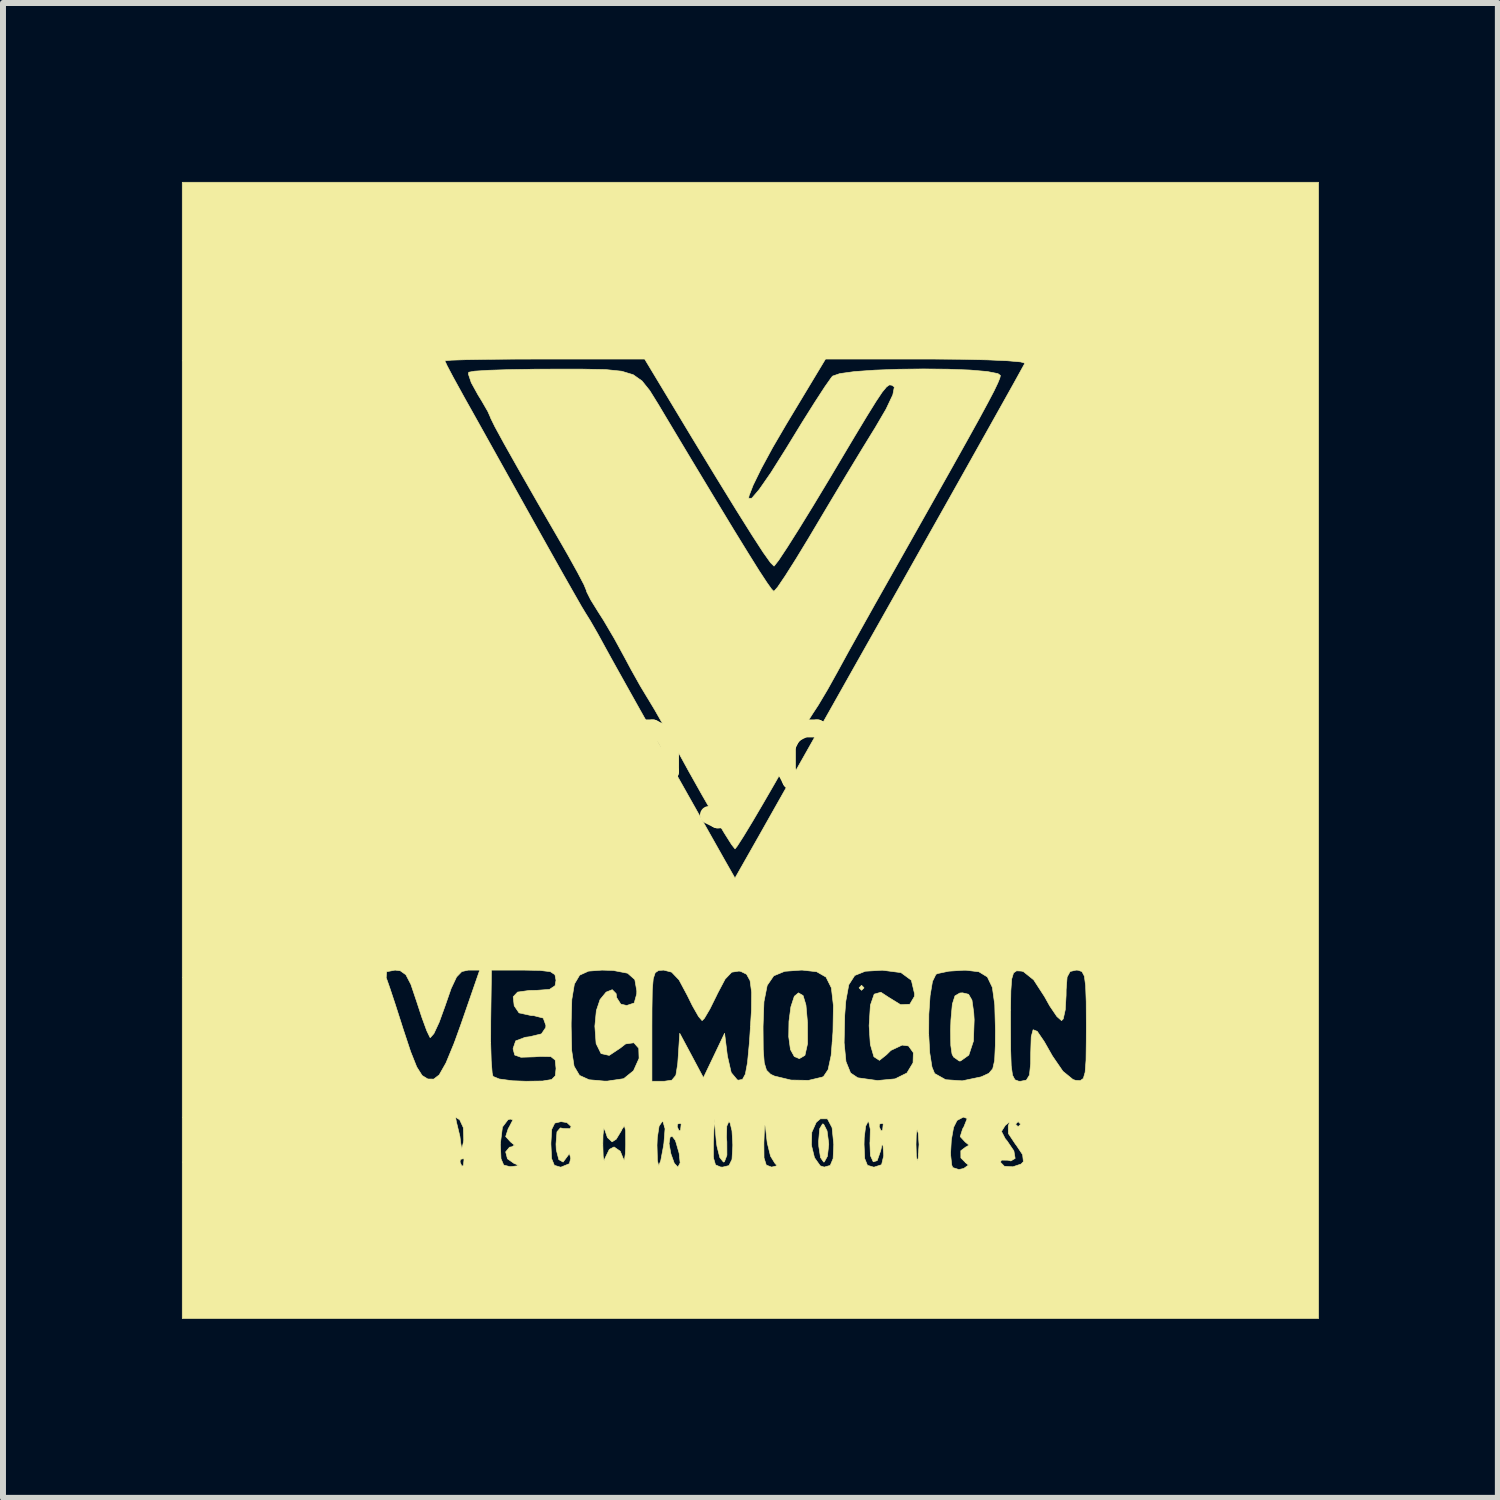
<source format=kicad_pcb>
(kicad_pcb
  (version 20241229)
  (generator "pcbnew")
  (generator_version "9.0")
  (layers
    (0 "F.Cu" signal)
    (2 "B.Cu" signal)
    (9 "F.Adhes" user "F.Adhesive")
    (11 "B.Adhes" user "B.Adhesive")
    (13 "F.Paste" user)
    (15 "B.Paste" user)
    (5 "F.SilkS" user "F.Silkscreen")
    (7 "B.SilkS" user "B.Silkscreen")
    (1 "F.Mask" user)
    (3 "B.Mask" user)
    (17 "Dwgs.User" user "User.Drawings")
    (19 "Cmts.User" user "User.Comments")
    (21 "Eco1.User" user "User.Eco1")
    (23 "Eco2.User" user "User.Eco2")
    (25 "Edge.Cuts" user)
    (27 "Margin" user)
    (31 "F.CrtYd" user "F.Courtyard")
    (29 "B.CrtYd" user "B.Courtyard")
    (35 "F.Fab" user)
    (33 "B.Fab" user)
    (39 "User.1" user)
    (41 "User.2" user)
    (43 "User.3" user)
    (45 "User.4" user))
  (footprint "logo1"
    (layer "F.Cu")
    (at 9.488 9.488)
    (property "Reference" "logo1" (at 0 0 0) (layer "F.SilkS") (effects (font (size 1.524 1.524) (thickness 0.3))))
    (attr through_hole)
    (fp_poly (pts (xy 1.947 4.022) (xy 1.905 4.064) (xy 1.863 4.022) (xy 1.905 3.979) (xy 1.947 4.022)) (stroke (width 0.01) (type solid)) (fill yes) (layer "F.SilkS"))
    (fp_poly (pts (xy 1.27 6.308) (xy 1.327 6.42) (xy 1.354 6.625) (xy 1.355 6.651) (xy 1.333 6.845) (xy 1.28 6.941) (xy 1.27 6.943) (xy 1.217 6.867) (xy 1.188 6.679) (xy 1.185 6.599) (xy 1.203 6.384) (xy 1.251 6.303) (xy 1.27 6.308)) (stroke (width 0.01) (type solid)) (fill yes) (layer "F.SilkS"))
    (fp_poly (pts (xy 0.925 4.152) (xy 0.973 4.31) (xy 0.999 4.606) (xy 1 4.957) (xy 0.956 5.154) (xy 0.862 5.209) (xy 0.778 5.174) (xy 0.713 5.056) (xy 0.684 4.842) (xy 0.688 4.585) (xy 0.72 4.341) (xy 0.778 4.164) (xy 0.847 4.106) (xy 0.925 4.152)) (stroke (width 0.01) (type solid)) (fill yes) (layer "F.SilkS"))
    (fp_poly (pts (xy 3.699 4.13) (xy 3.756 4.228) (xy 3.786 4.441) (xy 3.793 4.558) (xy 3.781 4.914) (xy 3.703 5.15) (xy 3.565 5.248) (xy 3.543 5.249) (xy 3.448 5.182) (xy 3.422 5.133) (xy 3.401 4.987) (xy 3.397 4.739) (xy 3.403 4.562) (xy 3.427 4.295) (xy 3.471 4.157) (xy 3.552 4.109) (xy 3.598 4.106) (xy 3.699 4.13)) (stroke (width 0.01) (type solid)) (fill yes) (layer "F.SilkS"))
    (fp_poly (pts (xy 9.567 9.567) (xy -9.483 9.567) (xy -9.483 6.943) (xy -4.826 6.943) (xy -4.795 7.012) (xy -4.77 6.999) (xy -4.759 6.899) (xy -4.77 6.886) (xy -4.82 6.898) (xy -4.826 6.943) (xy -9.483 6.943) (xy -9.483 6.191) (xy -4.901 6.191) (xy -4.884 6.285) (xy -4.881 6.293) (xy -4.828 6.512) (xy -4.813 6.632) (xy -4.798 6.717) (xy -4.78 6.655) (xy -4.149 6.655) (xy -4.139 6.887) (xy -4.094 6.993) (xy -3.992 7.019) (xy -3.958 7.018) (xy -3.844 7.003) (xy -3.892 6.976) (xy -3.916 6.969) (xy -4.031 6.888) (xy -4.061 6.772) (xy -3.996 6.693) (xy -3.958 6.687) (xy -3.914 6.658) (xy -3.929 6.646) (xy -3.302 6.646) (xy -3.291 6.884) (xy -3.245 6.997) (xy -3.145 7.027) (xy -3.133 7.027) (xy -2.993 6.97) (xy -2.97 6.879) (xy -2.992 6.799) (xy -3.019 6.837) (xy -3.098 6.943) (xy -3.17 6.902) (xy -3.213 6.735) (xy -3.217 6.646) (xy -2.432 6.646) (xy -2.426 6.847) (xy -2.411 6.92) (xy -2.396 6.879) (xy -2.323 6.73) (xy -2.244 6.689) (xy -2.14 6.761) (xy -2.092 6.879) (xy -2.071 6.914) (xy -2.055 6.803) (xy -2.049 6.66) (xy -1.524 6.66) (xy -1.517 6.917) (xy -1.496 7.004) (xy -1.462 6.923) (xy -1.415 6.674) (xy -1.409 6.633) (xy -1.322 6.633) (xy -1.291 6.805) (xy -1.234 6.963) (xy -1.174 7.027) (xy -1.136 6.957) (xy -1.153 6.795) (xy -1.202 6.625) (xy -0.578 6.625) (xy -0.578 6.87) (xy -0.543 6.99) (xy -0.457 7.026) (xy -0.423 7.027) (xy -0.318 7.002) (xy -0.267 6.899) (xy -0.254 6.674) (xy -0.254 6.646) (xy -0.255 6.625) (xy 0.268 6.625) (xy 0.27 6.873) (xy 0.308 6.993) (xy 0.394 7.026) (xy 0.402 7.026) (xy 0.49 7.004) (xy 0.451 6.961) (xy 0.379 6.843) (xy 0.334 6.661) (xy 1.065 6.661) (xy 1.116 6.869) (xy 1.213 7.006) (xy 1.279 7.027) (xy 1.38 6.999) (xy 1.428 6.885) (xy 1.439 6.651) (xy 1.439 6.646) (xy 1.947 6.646) (xy 1.958 6.884) (xy 2.004 6.997) (xy 2.105 7.027) (xy 2.117 7.027) (xy 2.241 6.987) (xy 2.276 6.838) (xy 2.274 6.795) (xy 2.263 6.649) (xy 2.245 6.665) (xy 2.226 6.752) (xy 2.167 6.919) (xy 2.101 6.939) (xy 2.053 6.833) (xy 2.046 6.646) (xy 2.818 6.646) (xy 2.824 6.847) (xy 2.839 6.921) (xy 2.854 6.88) (xy 2.858 6.808) (xy 3.397 6.808) (xy 3.417 6.994) (xy 3.434 7.035) (xy 3.537 7.068) (xy 3.618 7.05) (xy 3.697 6.993) (xy 3.658 6.962) (xy 3.641 6.945) (xy 4.233 6.945) (xy 4.299 7.013) (xy 4.441 7.022) (xy 4.579 6.976) (xy 4.618 6.936) (xy 4.605 6.819) (xy 4.497 6.657) (xy 4.487 6.646) (xy 4.366 6.464) (xy 4.364 6.335) (xy 4.375 6.308) (xy 4.487 6.308) (xy 4.53 6.35) (xy 4.572 6.308) (xy 4.53 6.265) (xy 4.487 6.308) (xy 4.375 6.308) (xy 4.392 6.267) (xy 4.319 6.324) (xy 4.315 6.327) (xy 4.251 6.429) (xy 4.313 6.55) (xy 4.345 6.588) (xy 4.459 6.756) (xy 4.48 6.882) (xy 4.408 6.924) (xy 4.36 6.912) (xy 4.251 6.91) (xy 4.233 6.945) (xy 3.641 6.945) (xy 3.57 6.873) (xy 3.569 6.753) (xy 3.655 6.688) (xy 3.662 6.687) (xy 3.706 6.658) (xy 3.641 6.605) (xy 3.559 6.516) (xy 3.6 6.386) (xy 3.62 6.353) (xy 3.676 6.213) (xy 3.612 6.189) (xy 3.506 6.245) (xy 3.448 6.361) (xy 3.41 6.573) (xy 3.397 6.808) (xy 2.858 6.808) (xy 2.869 6.648) (xy 2.855 6.457) (xy 2.835 6.398) (xy 2.822 6.49) (xy 2.818 6.646) (xy 2.046 6.646) (xy 2.045 6.62) (xy 2.047 6.604) (xy 2.052 6.393) (xy 2.043 6.35) (xy 2.201 6.35) (xy 2.232 6.42) (xy 2.258 6.406) (xy 2.268 6.306) (xy 2.258 6.294) (xy 2.207 6.305) (xy 2.201 6.35) (xy 2.043 6.35) (xy 2.027 6.274) (xy 2.013 6.265) (xy 1.974 6.341) (xy 1.95 6.533) (xy 1.947 6.646) (xy 1.439 6.646) (xy 1.411 6.366) (xy 1.333 6.218) (xy 1.215 6.218) (xy 1.146 6.276) (xy 1.071 6.443) (xy 1.065 6.661) (xy 0.334 6.661) (xy 0.325 6.627) (xy 0.317 6.561) (xy 0.296 6.366) (xy 0.284 6.321) (xy 0.275 6.433) (xy 0.268 6.625) (xy -0.255 6.625) (xy -0.267 6.419) (xy -0.3 6.283) (xy -0.32 6.265) (xy -0.354 6.34) (xy -0.359 6.526) (xy -0.353 6.604) (xy -0.352 6.828) (xy -0.394 6.938) (xy -0.41 6.943) (xy -0.471 6.867) (xy -0.519 6.677) (xy -0.531 6.583) (xy -0.563 6.223) (xy -0.578 6.625) (xy -1.202 6.625) (xy -1.216 6.58) (xy -1.27 6.509) (xy -1.305 6.526) (xy -1.322 6.633) (xy -1.409 6.633) (xy -1.408 6.625) (xy -1.389 6.384) (xy -1.399 6.35) (xy -1.185 6.35) (xy -1.154 6.42) (xy -1.129 6.406) (xy -1.119 6.306) (xy -1.129 6.294) (xy -1.179 6.305) (xy -1.185 6.35) (xy -1.399 6.35) (xy -1.422 6.27) (xy -1.438 6.265) (xy -1.489 6.341) (xy -1.519 6.534) (xy -1.524 6.66) (xy -2.049 6.66) (xy -2.049 6.646) (xy -2.051 6.413) (xy -2.07 6.334) (xy -2.11 6.391) (xy -2.119 6.413) (xy -2.208 6.56) (xy -2.277 6.604) (xy -2.355 6.532) (xy -2.396 6.413) (xy -2.416 6.379) (xy -2.429 6.489) (xy -2.432 6.646) (xy -3.217 6.646) (xy -3.217 6.637) (xy -3.201 6.436) (xy -3.144 6.37) (xy -3.09 6.381) (xy -2.981 6.382) (xy -2.963 6.347) (xy -3.034 6.281) (xy -3.133 6.265) (xy -3.238 6.29) (xy -3.289 6.394) (xy -3.302 6.619) (xy -3.302 6.646) (xy -3.929 6.646) (xy -3.979 6.605) (xy -4.061 6.515) (xy -4.018 6.382) (xy -4.002 6.356) (xy -3.94 6.236) (xy -3.985 6.222) (xy -4.023 6.235) (xy -4.115 6.356) (xy -4.149 6.629) (xy -4.149 6.655) (xy -4.78 6.655) (xy -4.775 6.637) (xy -4.764 6.573) (xy -4.771 6.365) (xy -4.832 6.234) (xy -4.901 6.191) (xy -9.483 6.191) (xy -9.483 3.852) (xy -6.064 3.852) (xy -6.056 3.873) (xy -6.004 4.021) (xy -5.918 4.28) (xy -5.814 4.604) (xy -5.784 4.699) (xy -5.654 5.092) (xy -5.552 5.348) (xy -5.461 5.492) (xy -5.366 5.55) (xy -5.267 5.552) (xy -5.175 5.481) (xy -5.061 5.28) (xy -4.922 4.943) (xy -4.312 4.943) (xy -4.303 5.248) (xy -4.287 5.45) (xy -4.273 5.507) (xy -4.168 5.55) (xy -3.946 5.58) (xy -3.72 5.588) (xy -3.441 5.584) (xy -3.29 5.559) (xy -3.229 5.497) (xy -3.217 5.379) (xy -3.217 5.369) (xy -3.231 5.233) (xy -3.303 5.175) (xy -3.48 5.172) (xy -3.577 5.179) (xy -3.804 5.186) (xy -3.909 5.149) (xy -3.936 5.049) (xy -3.936 5.038) (xy -3.893 4.911) (xy -3.734 4.851) (xy -3.662 4.842) (xy -3.461 4.794) (xy -3.389 4.687) (xy -3.388 4.669) (xy -2.963 4.669) (xy -2.954 5.073) (xy -2.914 5.336) (xy -2.823 5.49) (xy -2.662 5.563) (xy -2.411 5.585) (xy -2.354 5.585) (xy -2.083 5.545) (xy -1.918 5.412) (xy -1.825 5.205) (xy -1.83 5.036) (xy -1.912 4.943) (xy -2.05 4.962) (xy -2.143 5.034) (xy -2.325 5.155) (xy -2.462 5.124) (xy -2.545 4.956) (xy -2.566 4.662) (xy -2.565 4.657) (xy -1.609 4.657) (xy -1.609 5.588) (xy -1.402 5.588) (xy -1.275 5.57) (xy -1.208 5.489) (xy -1.177 5.298) (xy -1.169 5.186) (xy -1.143 4.784) (xy -0.944 5.156) (xy -0.746 5.528) (xy -0.568 5.156) (xy -0.391 4.784) (xy -0.344 5.164) (xy -0.28 5.443) (xy -0.178 5.565) (xy -0.159 5.57) (xy -0.091 5.557) (xy -0.043 5.469) (xy -0.007 5.276) (xy 0.024 4.95) (xy 0.031 4.851) (xy 0.04 4.708) (xy 0.254 4.708) (xy 0.257 5.059) (xy 0.274 5.279) (xy 0.312 5.403) (xy 0.381 5.471) (xy 0.445 5.501) (xy 0.722 5.568) (xy 1.017 5.573) (xy 1.248 5.518) (xy 1.269 5.506) (xy 1.344 5.394) (xy 1.395 5.157) (xy 1.412 4.943) (xy 1.613 4.943) (xy 1.644 5.259) (xy 1.721 5.449) (xy 1.842 5.53) (xy 2.172 5.576) (xy 2.467 5.548) (xy 2.665 5.45) (xy 2.768 5.279) (xy 2.773 5.109) (xy 2.692 4.996) (xy 2.586 4.982) (xy 2.397 5.071) (xy 2.324 5.143) (xy 2.205 5.238) (xy 2.112 5.177) (xy 2.052 4.971) (xy 2.041 4.8) (xy 3.031 4.8) (xy 3.048 5.111) (xy 3.086 5.351) (xy 3.13 5.458) (xy 3.315 5.562) (xy 3.593 5.581) (xy 3.907 5.515) (xy 3.931 5.505) (xy 4.039 5.455) (xy 4.104 5.379) (xy 4.136 5.239) (xy 4.147 4.995) (xy 4.149 4.738) (xy 4.147 4.651) (xy 4.403 4.651) (xy 4.405 5.06) (xy 4.414 5.329) (xy 4.436 5.487) (xy 4.476 5.563) (xy 4.539 5.587) (xy 4.572 5.588) (xy 4.668 5.569) (xy 4.72 5.484) (xy 4.739 5.294) (xy 4.741 5.105) (xy 4.749 4.843) (xy 4.781 4.724) (xy 4.85 4.751) (xy 4.97 4.927) (xy 5.105 5.165) (xy 5.281 5.421) (xy 5.45 5.559) (xy 5.494 5.573) (xy 5.572 5.577) (xy 5.623 5.541) (xy 5.653 5.437) (xy 5.668 5.237) (xy 5.672 4.912) (xy 5.673 4.663) (xy 5.671 4.253) (xy 5.661 3.984) (xy 5.64 3.826) (xy 5.6 3.75) (xy 5.537 3.727) (xy 5.503 3.725) (xy 5.402 3.748) (xy 5.351 3.842) (xy 5.335 4.051) (xy 5.334 4.149) (xy 5.32 4.39) (xy 5.286 4.543) (xy 5.258 4.572) (xy 5.18 4.503) (xy 5.06 4.326) (xy 4.973 4.17) (xy 4.79 3.888) (xy 4.618 3.75) (xy 4.583 3.741) (xy 4.504 3.737) (xy 4.453 3.772) (xy 4.422 3.874) (xy 4.408 4.072) (xy 4.403 4.395) (xy 4.403 4.651) (xy 4.147 4.651) (xy 4.138 4.306) (xy 4.098 4.015) (xy 4.014 3.84) (xy 3.872 3.753) (xy 3.658 3.727) (xy 3.617 3.727) (xy 3.367 3.743) (xy 3.183 3.782) (xy 3.152 3.796) (xy 3.094 3.915) (xy 3.054 4.153) (xy 3.033 4.464) (xy 3.031 4.8) (xy 2.041 4.8) (xy 2.032 4.657) (xy 2.053 4.313) (xy 2.117 4.128) (xy 2.229 4.096) (xy 2.362 4.183) (xy 2.559 4.304) (xy 2.714 4.297) (xy 2.791 4.167) (xy 2.794 4.123) (xy 2.74 3.895) (xy 2.566 3.767) (xy 2.257 3.727) (xy 2.248 3.727) (xy 1.968 3.744) (xy 1.791 3.815) (xy 1.691 3.971) (xy 1.641 4.245) (xy 1.623 4.481) (xy 1.613 4.943) (xy 1.412 4.943) (xy 1.425 4.773) (xy 1.426 4.755) (xy 1.433 4.318) (xy 1.399 4.022) (xy 1.309 3.842) (xy 1.152 3.752) (xy 0.913 3.725) (xy 0.892 3.725) (xy 0.617 3.745) (xy 0.433 3.821) (xy 0.323 3.982) (xy 0.269 4.255) (xy 0.254 4.666) (xy 0.254 4.708) (xy 0.04 4.708) (xy 0.059 4.402) (xy 0.062 4.095) (xy 0.036 3.901) (xy -0.023 3.794) (xy -0.119 3.747) (xy -0.149 3.741) (xy -0.271 3.76) (xy -0.382 3.876) (xy -0.511 4.12) (xy -0.522 4.144) (xy -0.638 4.378) (xy -0.73 4.534) (xy -0.768 4.572) (xy -0.828 4.502) (xy -0.931 4.321) (xy -1.016 4.149) (xy -1.155 3.889) (xy -1.279 3.759) (xy -1.411 3.725) (xy -1.498 3.731) (xy -1.554 3.769) (xy -1.587 3.869) (xy -1.603 4.058) (xy -1.608 4.369) (xy -1.609 4.657) (xy -2.565 4.657) (xy -2.541 4.404) (xy -2.479 4.219) (xy -2.377 4.094) (xy -2.274 4.053) (xy -2.209 4.119) (xy -2.201 4.185) (xy -2.131 4.295) (xy -2.032 4.318) (xy -1.906 4.276) (xy -1.864 4.123) (xy -1.863 4.073) (xy -1.896 3.884) (xy -2.017 3.777) (xy -2.257 3.731) (xy -2.445 3.725) (xy -2.672 3.742) (xy -2.821 3.81) (xy -2.909 3.959) (xy -2.952 4.217) (xy -2.963 4.611) (xy -2.963 4.669) (xy -3.388 4.669) (xy -3.387 4.651) (xy -3.431 4.529) (xy -3.591 4.488) (xy -3.631 4.487) (xy -3.837 4.442) (xy -3.918 4.323) (xy -3.935 4.172) (xy -3.861 4.093) (xy -3.665 4.066) (xy -3.542 4.064) (xy -3.326 4.048) (xy -3.233 3.986) (xy -3.217 3.895) (xy -3.235 3.802) (xy -3.312 3.751) (xy -3.487 3.73) (xy -3.758 3.725) (xy -4.299 3.725) (xy -4.311 4.576) (xy -4.312 4.943) (xy -4.922 4.943) (xy -4.92 4.937) (xy -4.809 4.629) (xy -4.496 3.725) (xy -4.688 3.725) (xy -4.796 3.749) (xy -4.884 3.84) (xy -4.975 4.033) (xy -5.076 4.324) (xy -5.176 4.6) (xy -5.264 4.789) (xy -5.324 4.857) (xy -5.33 4.853) (xy -5.384 4.741) (xy -5.466 4.517) (xy -5.552 4.255) (xy -5.65 3.964) (xy -5.734 3.803) (xy -5.828 3.736) (xy -5.915 3.725) (xy -6.056 3.752) (xy -6.064 3.852) (xy -9.483 3.852) (xy -9.483 -6.489) (xy -5.08 -6.489) (xy -5.042 -6.406) (xy -4.94 -6.213) (xy -4.794 -5.948) (xy -4.754 -5.875) (xy -4.607 -5.613) (xy -4.398 -5.239) (xy -4.146 -4.787) (xy -3.871 -4.294) (xy -3.601 -3.81) (xy -3.345 -3.353) (xy -3.116 -2.945) (xy -2.925 -2.609) (xy -2.788 -2.369) (xy -2.716 -2.25) (xy -2.712 -2.244) (xy -2.64 -2.128) (xy -2.517 -1.914) (xy -2.396 -1.693) (xy -2.303 -1.524) (xy -2.179 -1.301) (xy -2.017 -1.011) (xy -1.81 -0.641) (xy -1.549 -0.177) (xy -1.227 0.394) (xy -0.837 1.086) (xy -0.392 1.875) (xy -0.217 2.183) (xy 0.174 1.494) (xy 0.295 1.28) (xy 0.489 0.936) (xy 0.746 0.481) (xy 1.056 -0.068) (xy 1.408 -0.692) (xy 1.792 -1.374) (xy 2.199 -2.095) (xy 2.59 -2.788) (xy 2.992 -3.503) (xy 3.37 -4.174) (xy 3.713 -4.785) (xy 4.015 -5.323) (xy 4.267 -5.773) (xy 4.461 -6.12) (xy 4.588 -6.35) (xy 4.642 -6.448) (xy 4.643 -6.45) (xy 4.571 -6.471) (xy 4.355 -6.49) (xy 4.019 -6.505) (xy 3.589 -6.515) (xy 3.088 -6.519) (xy 2.986 -6.519) (xy 1.301 -6.519) (xy 0.643 -5.426) (xy 0.414 -5.034) (xy 0.224 -4.683) (xy 0.087 -4.403) (xy 0.018 -4.224) (xy 0.014 -4.183) (xy 0.066 -4.187) (xy 0.191 -4.334) (xy 0.385 -4.613) (xy 0.641 -5.02) (xy 0.677 -5.079) (xy 0.911 -5.461) (xy 1.122 -5.796) (xy 1.291 -6.056) (xy 1.399 -6.209) (xy 1.419 -6.233) (xy 1.54 -6.275) (xy 1.787 -6.309) (xy 2.126 -6.333) (xy 2.522 -6.348) (xy 2.943 -6.353) (xy 3.354 -6.349) (xy 3.721 -6.335) (xy 4.012 -6.31) (xy 4.191 -6.275) (xy 4.233 -6.244) (xy 4.223 -6.199) (xy 4.189 -6.116) (xy 4.125 -5.982) (xy 4.022 -5.786) (xy 3.875 -5.514) (xy 3.676 -5.155) (xy 3.419 -4.695) (xy 3.096 -4.121) (xy 2.702 -3.422) (xy 2.371 -2.836) (xy 2.126 -2.402) (xy 1.889 -1.978) (xy 1.681 -1.605) (xy 1.528 -1.325) (xy 1.498 -1.27) (xy 1.336 -0.979) (xy 1.178 -0.714) (xy 1.09 -0.58) (xy 0.98 -0.407) (xy 0.931 -0.296) (xy 0.931 -0.293) (xy 0.892 -0.202) (xy 0.786 -0.002) (xy 0.632 0.275) (xy 0.45 0.595) (xy 0.259 0.925) (xy 0.078 1.233) (xy -0.075 1.485) (xy -0.18 1.648) (xy -0.216 1.693) (xy -0.272 1.623) (xy -0.393 1.432) (xy -0.564 1.145) (xy -0.769 0.789) (xy -0.992 0.392) (xy -1.218 -0.02) (xy -1.23 -0.042) (xy -1.402 -0.356) (xy -1.562 -0.637) (xy -1.678 -0.83) (xy -1.689 -0.847) (xy -1.804 -1.038) (xy -1.957 -1.311) (xy -2.071 -1.524) (xy -2.24 -1.834) (xy -2.416 -2.133) (xy -2.512 -2.284) (xy -2.635 -2.482) (xy -2.704 -2.619) (xy -2.709 -2.642) (xy -2.749 -2.738) (xy -2.857 -2.944) (xy -3.013 -3.225) (xy -3.116 -3.405) (xy -3.522 -4.106) (xy -3.845 -4.671) (xy -4.086 -5.099) (xy -4.242 -5.385) (xy -4.313 -5.53) (xy -4.318 -5.545) (xy -4.359 -5.638) (xy -4.464 -5.82) (xy -4.525 -5.919) (xy -4.638 -6.124) (xy -4.686 -6.267) (xy -4.68 -6.298) (xy -4.582 -6.316) (xy -4.344 -6.331) (xy -3.997 -6.342) (xy -3.571 -6.349) (xy -3.288 -6.35) (xy -2.769 -6.35) (xy -2.388 -6.343) (xy -2.116 -6.315) (xy -1.922 -6.256) (xy -1.775 -6.152) (xy -1.646 -5.991) (xy -1.503 -5.761) (xy -1.4 -5.588) (xy -0.935 -4.812) (xy -0.549 -4.172) (xy -0.237 -3.657) (xy 0.008 -3.259) (xy 0.191 -2.966) (xy 0.32 -2.77) (xy 0.399 -2.659) (xy 0.436 -2.625) (xy 0.497 -2.694) (xy 0.625 -2.883) (xy 0.805 -3.167) (xy 1.019 -3.519) (xy 1.104 -3.662) (xy 1.37 -4.109) (xy 1.648 -4.573) (xy 1.907 -5) (xy 2.114 -5.337) (xy 2.124 -5.352) (xy 2.316 -5.68) (xy 2.429 -5.919) (xy 2.454 -6.047) (xy 2.444 -6.06) (xy 2.407 -6.082) (xy 2.37 -6.085) (xy 2.323 -6.051) (xy 2.252 -5.965) (xy 2.147 -5.808) (xy 1.995 -5.563) (xy 1.785 -5.215) (xy 1.505 -4.745) (xy 1.364 -4.508) (xy 1.097 -4.065) (xy 0.857 -3.675) (xy 0.659 -3.362) (xy 0.516 -3.146) (xy 0.442 -3.051) (xy 0.437 -3.048) (xy 0.38 -3.104) (xy 0.258 -3.275) (xy 0.068 -3.568) (xy -0.195 -3.987) (xy -0.534 -4.538) (xy -0.953 -5.227) (xy -1.234 -5.694) (xy -1.731 -6.519) (xy -3.406 -6.519) (xy -3.917 -6.518) (xy -4.366 -6.514) (xy -4.726 -6.508) (xy -4.971 -6.5) (xy -5.078 -6.49) (xy -5.08 -6.489) (xy -9.483 -6.489) (xy -9.483 -9.483) (xy 9.567 -9.483) (xy 9.567 9.567)) (stroke (width 0.01) (type solid)) (fill yes) (layer "F.SilkS")))
  (gr_rect
    (start -3 -3)
    (end 22.06 22.06)
    (stroke (width 0.1) (type default))
    (fill no)
    (layer "Edge.Cuts")))
</source>
